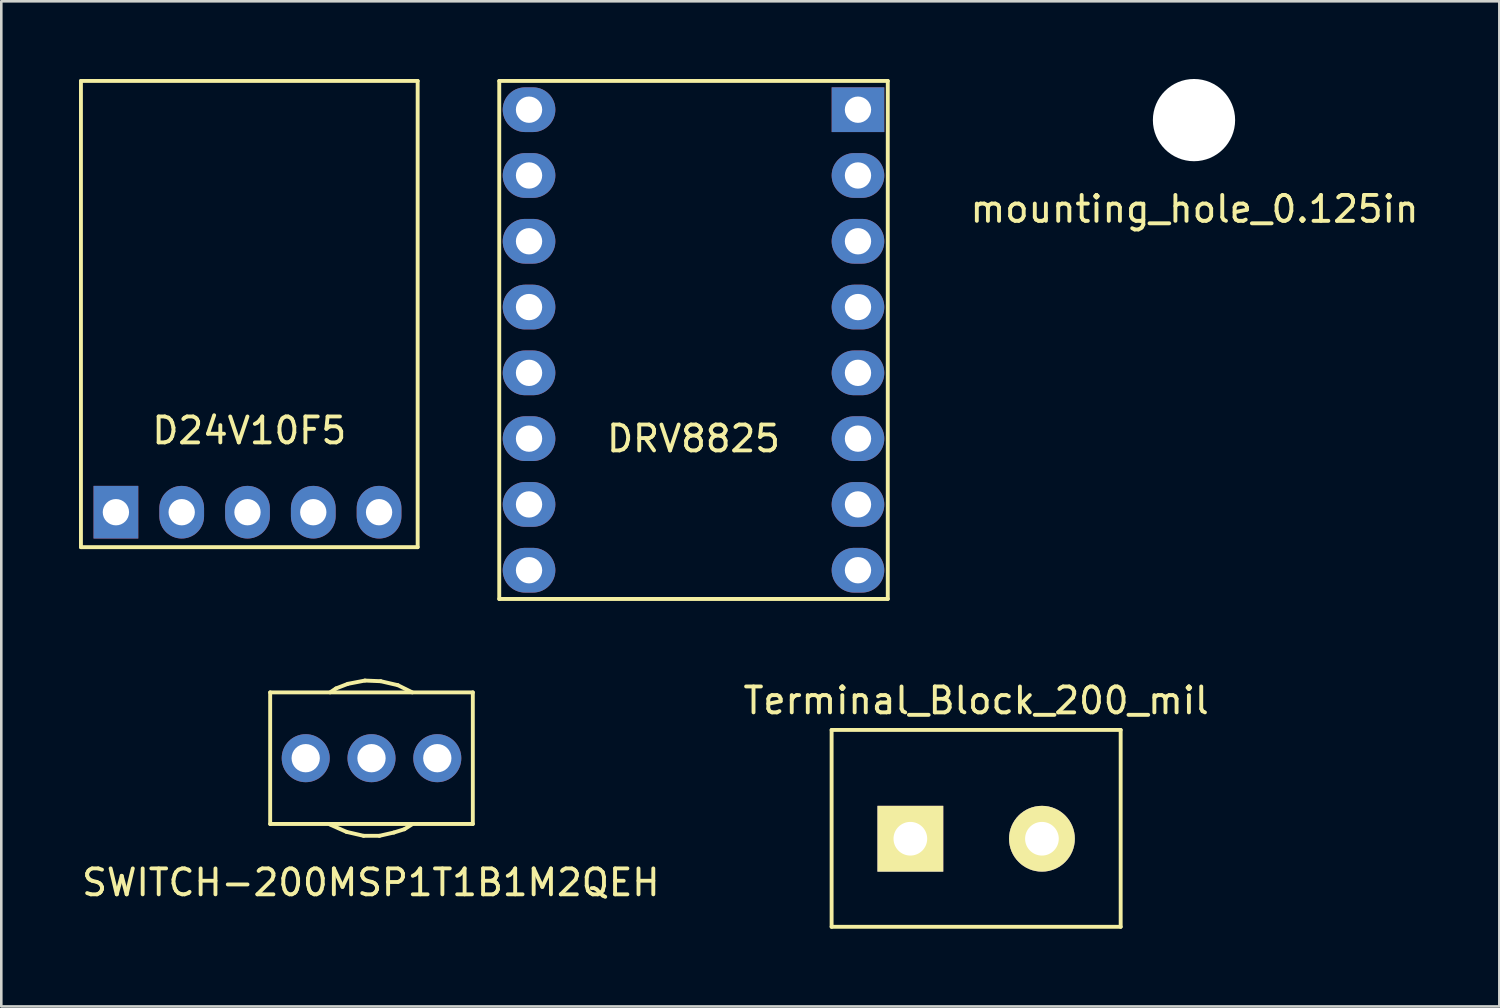
<source format=kicad_pcb>
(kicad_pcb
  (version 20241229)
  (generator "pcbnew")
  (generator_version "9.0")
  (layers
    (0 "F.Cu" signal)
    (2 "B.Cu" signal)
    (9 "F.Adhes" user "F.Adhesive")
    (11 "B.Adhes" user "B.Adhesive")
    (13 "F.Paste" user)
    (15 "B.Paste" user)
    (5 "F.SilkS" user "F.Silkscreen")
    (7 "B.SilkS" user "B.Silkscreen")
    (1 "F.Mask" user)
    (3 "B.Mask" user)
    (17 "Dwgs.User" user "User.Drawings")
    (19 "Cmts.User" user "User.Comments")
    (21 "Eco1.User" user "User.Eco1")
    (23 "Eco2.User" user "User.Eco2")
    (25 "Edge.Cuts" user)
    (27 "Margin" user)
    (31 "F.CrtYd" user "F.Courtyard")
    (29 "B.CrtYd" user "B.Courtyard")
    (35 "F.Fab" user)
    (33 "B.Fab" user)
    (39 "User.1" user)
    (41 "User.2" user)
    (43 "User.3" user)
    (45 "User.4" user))
  (footprint "DRV8825"
    (layer "F.Cu")
    (at 23.725 10.075)
    (property "Reference" "DRV8825" (at 0 3.81 0) (layer "F.SilkS") (effects (font (size 1 1) (thickness 0.15))))
    (attr through_hole)
    (fp_line (start -7.5 -10) (end -7.5 10) (stroke (width 0.15) (type solid)) (layer "F.SilkS"))
    (fp_line (start -7.5 -10) (end 7.5 -10) (stroke (width 0.15) (type solid)) (layer "F.SilkS"))
    (fp_line (start -7.5 10) (end 7.5 10) (stroke (width 0.15) (type solid)) (layer "F.SilkS"))
    (fp_line (start 7.5 -10) (end 7.5 10) (stroke (width 0.15) (type solid)) (layer "F.SilkS"))
    (pad "1" thru_hole rect (at 6.35 -8.89) (size 2.032 1.727) (drill 1.016) (layers "*.Cu" "*.Mask"))
    (pad "2" thru_hole oval (at 6.35 -6.35) (size 2.032 1.727) (drill 1.016) (layers "*.Cu" "*.Mask"))
    (pad "3" thru_hole oval (at 6.35 -3.81) (size 2.032 1.727) (drill 1.016) (layers "*.Cu" "*.Mask"))
    (pad "4" thru_hole oval (at 6.35 -1.27) (size 2.032 1.727) (drill 1.016) (layers "*.Cu" "*.Mask"))
    (pad "5" thru_hole oval (at 6.35 1.27) (size 2.032 1.727) (drill 1.016) (layers "*.Cu" "*.Mask"))
    (pad "6" thru_hole oval (at 6.35 3.81) (size 2.032 1.727) (drill 1.016) (layers "*.Cu" "*.Mask"))
    (pad "7" thru_hole oval (at 6.35 6.35) (size 2.032 1.727) (drill 1.016) (layers "*.Cu" "*.Mask"))
    (pad "8" thru_hole oval (at 6.35 8.89) (size 2.032 1.727) (drill 1.016) (layers "*.Cu" "*.Mask"))
    (pad "9" thru_hole oval (at -6.35 8.89) (size 2.032 1.727) (drill 1.016) (layers "*.Cu" "*.Mask"))
    (pad "10" thru_hole oval (at -6.35 6.35) (size 2.032 1.727) (drill 1.016) (layers "*.Cu" "*.Mask"))
    (pad "11" thru_hole oval (at -6.35 3.81) (size 2.032 1.727) (drill 1.016) (layers "*.Cu" "*.Mask"))
    (pad "12" thru_hole oval (at -6.35 1.27) (size 2.032 1.727) (drill 1.016) (layers "*.Cu" "*.Mask"))
    (pad "13" thru_hole oval (at -6.35 -1.27) (size 2.032 1.727) (drill 1.016) (layers "*.Cu" "*.Mask"))
    (pad "14" thru_hole oval (at -6.35 -3.81) (size 2.032 1.727) (drill 1.016) (layers "*.Cu" "*.Mask"))
    (pad "15" thru_hole oval (at -6.35 -6.35) (size 2.032 1.727) (drill 1.016) (layers "*.Cu" "*.Mask"))
    (pad "16" thru_hole oval (at -6.35 -8.89) (size 2.032 1.727) (drill 1.016) (layers "*.Cu" "*.Mask")))
  (footprint "mounting_hole_0.125in"
    (layer "F.Cu")
    (at 43.048 1.587)
    (property "Reference" "mounting_hole_0.125in" (at 0.02 3.434 0) (layer "F.SilkS") (effects (font (size 1 1) (thickness 0.15))))
    (attr through_hole)
    (pad "" np_thru_hole circle (at 0 0) (size 3.175 3.175) (drill 3.175) (layers "*.Cu" "*.Mask")))
  (footprint "SWITCH-200MSP1T1B1M2QEH"
    (layer "F.Cu")
    (at 11.293 26.222)
    (property "Reference" "SWITCH-200MSP1T1B1M2QEH" (at -0.025 4.801 0) (layer "F.SilkS") (effects (font (size 1 1) (thickness 0.15))))
    (attr through_hole)
    (fp_line (start -3.912 -2.54) (end -3.912 2.54) (stroke (width 0.15) (type solid)) (layer "F.SilkS"))
    (fp_line (start -3.912 2.54) (end 3.912 2.54) (stroke (width 0.15) (type solid)) (layer "F.SilkS"))
    (fp_line (start -1.6 2.565) (end -0.965 2.845) (stroke (width 0.15) (type solid)) (layer "F.SilkS"))
    (fp_line (start -1.372 -2.692) (end -1.6 -2.54) (stroke (width 0.15) (type solid)) (layer "F.SilkS"))
    (fp_line (start -0.965 2.845) (end -0.305 2.997) (stroke (width 0.15) (type solid)) (layer "F.SilkS"))
    (fp_line (start -0.914 -2.87) (end -1.372 -2.692) (stroke (width 0.15) (type solid)) (layer "F.SilkS"))
    (fp_line (start -0.305 2.997) (end 0.305 2.997) (stroke (width 0.15) (type solid)) (layer "F.SilkS"))
    (fp_line (start -0.254 -2.997) (end -0.914 -2.87) (stroke (width 0.15) (type solid)) (layer "F.SilkS"))
    (fp_line (start 0.305 2.997) (end 0.864 2.87) (stroke (width 0.15) (type solid)) (layer "F.SilkS"))
    (fp_line (start 0.356 -2.972) (end -0.254 -2.997) (stroke (width 0.15) (type solid)) (layer "F.SilkS"))
    (fp_line (start 0.864 2.87) (end 1.27 2.743) (stroke (width 0.15) (type solid)) (layer "F.SilkS"))
    (fp_line (start 1.016 -2.819) (end 0.356 -2.972) (stroke (width 0.15) (type solid)) (layer "F.SilkS"))
    (fp_line (start 1.27 2.743) (end 1.549 2.565) (stroke (width 0.15) (type solid)) (layer "F.SilkS"))
    (fp_line (start 1.575 -2.54) (end 1.016 -2.819) (stroke (width 0.15) (type solid)) (layer "F.SilkS"))
    (fp_line (start 3.912 -2.54) (end -3.912 -2.54) (stroke (width 0.15) (type solid)) (layer "F.SilkS"))
    (fp_line (start 3.912 2.54) (end 3.912 -2.54) (stroke (width 0.15) (type solid)) (layer "F.SilkS"))
    (pad "1" thru_hole circle (at -2.54 0) (size 1.854 1.854) (drill 1.092) (layers "*.Cu" "*.Mask"))
    (pad "2" thru_hole circle (at 0 0) (size 1.854 1.854) (drill 1.092) (layers "*.Cu" "*.Mask"))
    (pad "3" thru_hole circle (at 2.54 0) (size 1.854 1.854) (drill 1.092) (layers "*.Cu" "*.Mask")))
  (footprint "D24V10F5"
    (layer "F.Cu")
    (at 6.575 18.075)
    (property "Reference" "D24V10F5" (at 0 -4.5 0) (layer "F.SilkS") (effects (font (size 1 1) (thickness 0.15))))
    (attr through_hole)
    (fp_line (start -6.5 -18) (end -6.5 0) (stroke (width 0.15) (type solid)) (layer "F.SilkS"))
    (fp_line (start -6.5 0) (end 6.5 0) (stroke (width 0.15) (type solid)) (layer "F.SilkS"))
    (fp_line (start 6.5 -18) (end -6.5 -18) (stroke (width 0.15) (type solid)) (layer "F.SilkS"))
    (fp_line (start 6.5 -18) (end 6.5 0) (stroke (width 0.15) (type solid)) (layer "F.SilkS"))
    (pad "1" thru_hole rect (at -5.15 -1.35 90) (size 2.032 1.727) (drill 1.016) (layers "*.Cu" "*.Mask"))
    (pad "2" thru_hole oval (at -2.61 -1.35 90) (size 2.032 1.727) (drill 1.016) (layers "*.Cu" "*.Mask"))
    (pad "3" thru_hole oval (at -0.07 -1.35 90) (size 2.032 1.727) (drill 1.016) (layers "*.Cu" "*.Mask"))
    (pad "4" thru_hole oval (at 2.47 -1.35 90) (size 2.032 1.727) (drill 1.016) (layers "*.Cu" "*.Mask"))
    (pad "5" thru_hole oval (at 5.01 -1.35 90) (size 2.032 1.727) (drill 1.016) (layers "*.Cu" "*.Mask")))
  (footprint "Terminal_Block_200_mil"
    (layer "F.Cu")
    (at 34.637 29.332)
    (property "Reference" "Terminal_Block_200_mil" (at 0 -5.334 0) (layer "F.SilkS") (effects (font (size 1 1) (thickness 0.15))))
    (attr through_hole)
    (fp_line (start -5.58 -4.2) (end -5.58 3.4) (stroke (width 0.15) (type solid)) (layer "F.SilkS"))
    (fp_line (start -5.58 3.4) (end 5.58 3.4) (stroke (width 0.15) (type solid)) (layer "F.SilkS"))
    (fp_line (start 5.58 -4.2) (end -5.58 -4.2) (stroke (width 0.15) (type solid)) (layer "F.SilkS"))
    (fp_line (start 5.58 3.4) (end 5.58 -4.2) (stroke (width 0.15) (type solid)) (layer "F.SilkS"))
    (pad "1" thru_hole rect (at -2.54 0) (size 2.54 2.54) (drill 1.3) (layers "*.Cu" "*.Mask" "F.SilkS"))
    (pad "2" thru_hole oval (at 2.54 0) (size 2.54 2.54) (drill 1.3) (layers "*.Cu" "*.Mask" "F.SilkS")))
  (gr_rect
    (start -3 -3)
    (end 54.836 35.807)
    (stroke (width 0.1) (type default))
    (fill no)
    (layer "Edge.Cuts")))
</source>
